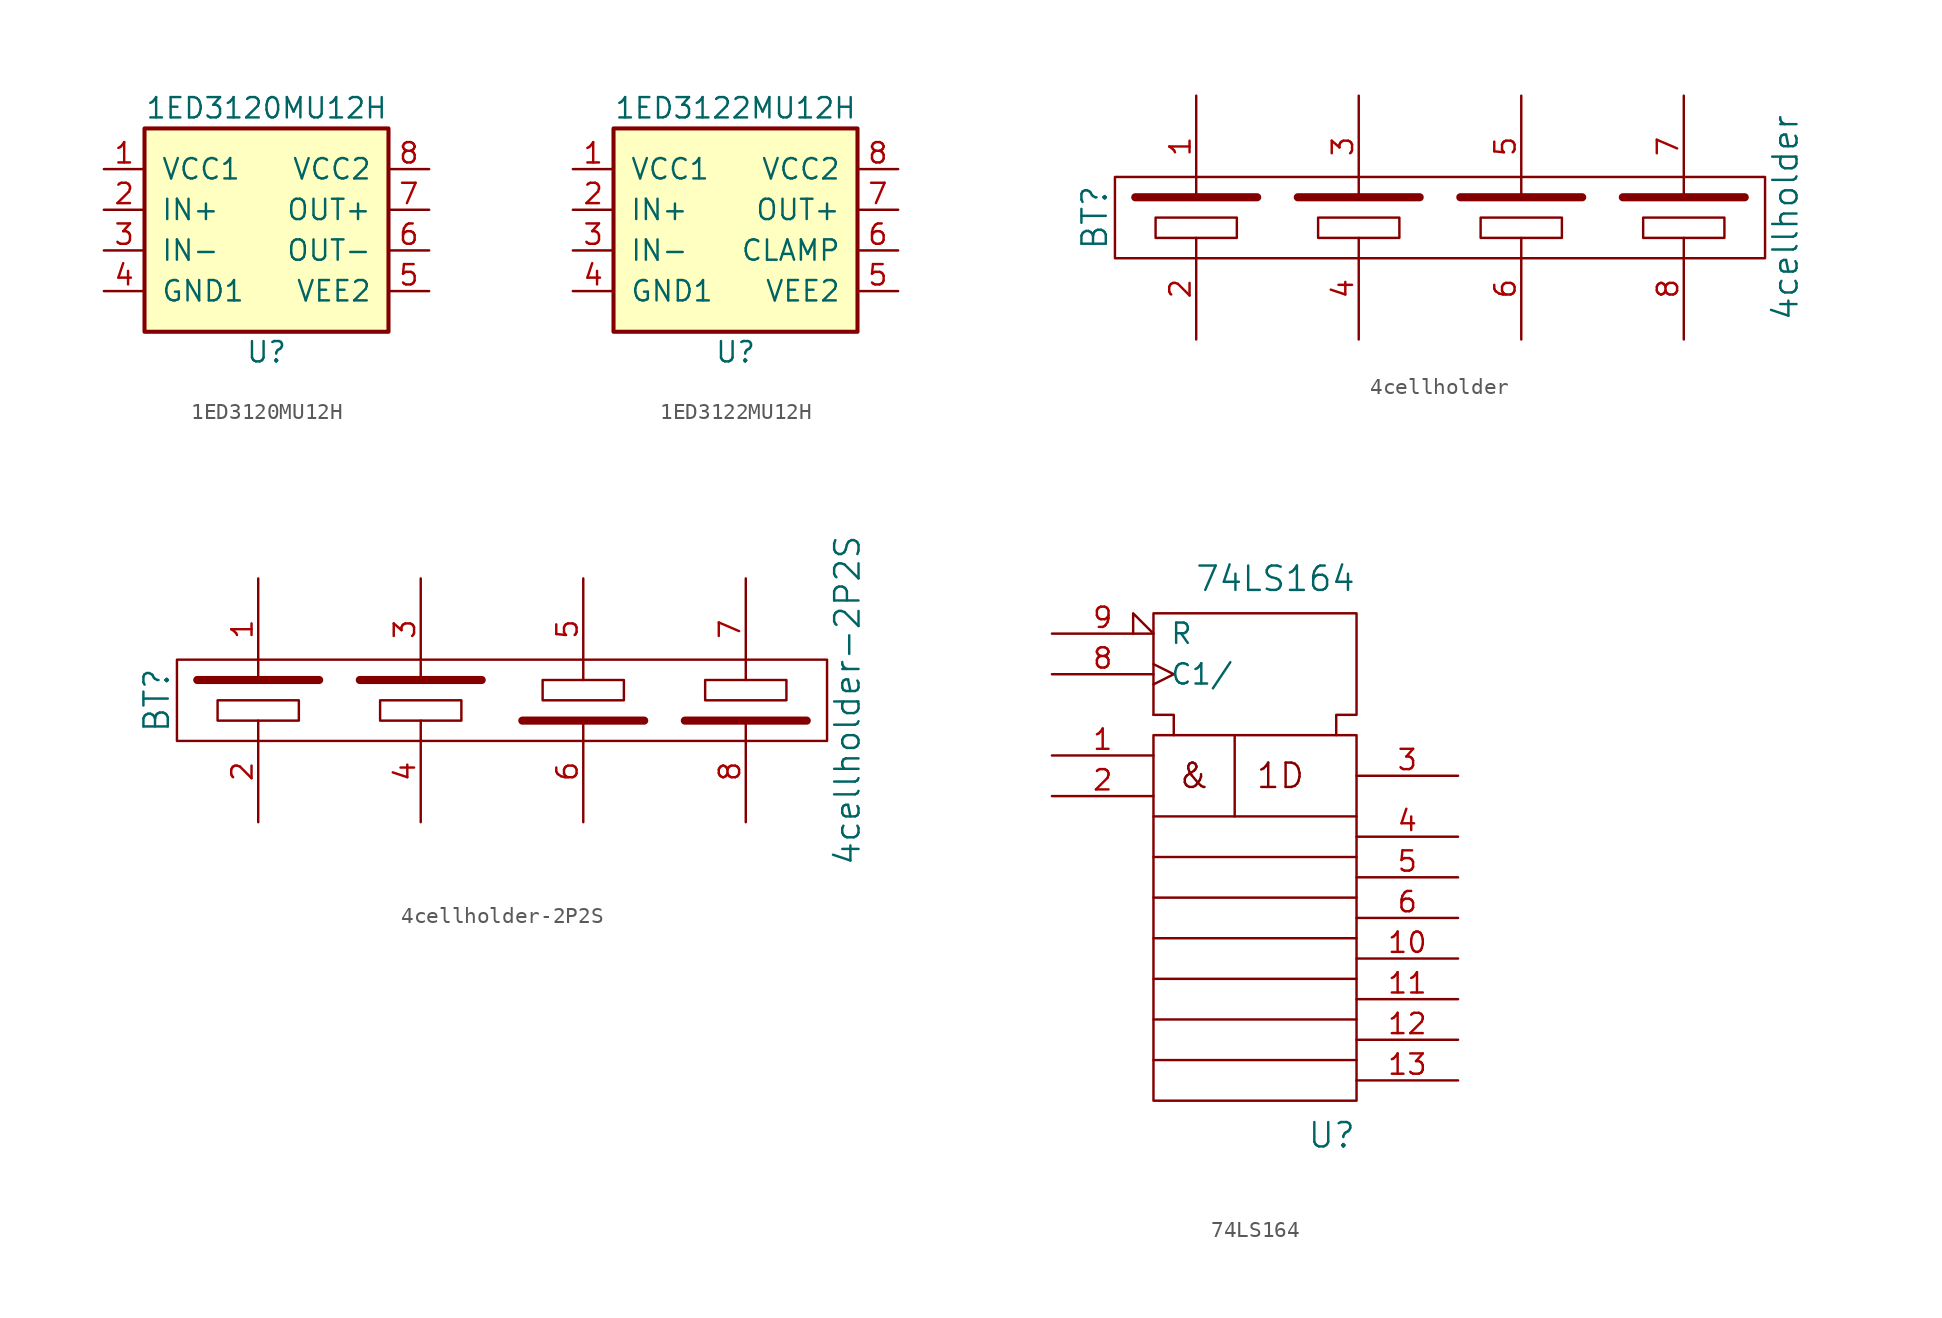
<source format=kicad_sym>
(kicad_symbol_lib
  (version 20211014)
  (generator kicad_symbol_editor)
  (symbol "1ED3120MU12H"
    (pin_names
      (offset 1.016))
    (property "Reference" "U"
      (at 0 -7.62 0)
      (effects (font (size 1.27 1.27))))
    (property "Value" "1ED3120MU12H"
      (at 0 7.62 0)
      (effects (font (size 1.27 1.27))))
    (symbol "1ED3120MU12H_0_1"
      (rectangle (start -7.62 6.35) (end 7.62 -6.35) (stroke (width 0.254) (type default) (color 0 0 0 0)) (fill (type background))))
    (symbol "1ED3120MU12H_1_1"
      (pin power_in line (at -10.16 3.81 0) (length 2.54) (name "VCC1" (effects (font (size 1.27 1.27)))) (number "1" (effects (font (size 1.27 1.27)))))
      (pin input line (at -10.16 1.27 0) (length 2.54) (name "IN+" (effects (font (size 1.27 1.27)))) (number "2" (effects (font (size 1.27 1.27)))))
      (pin input line (at -10.16 -1.27 0) (length 2.54) (name "IN-" (effects (font (size 1.27 1.27)))) (number "3" (effects (font (size 1.27 1.27)))))
      (pin input line (at -10.16 -3.81 0) (length 2.54) (name "GND1" (effects (font (size 1.27 1.27)))) (number "4" (effects (font (size 1.27 1.27)))))
      (pin power_in line (at 10.16 -3.81 180) (length 2.54) (name "VEE2" (effects (font (size 1.27 1.27)))) (number "5" (effects (font (size 1.27 1.27)))))
      (pin output line (at 10.16 -1.27 180) (length 2.54) (name "OUT-" (effects (font (size 1.27 1.27)))) (number "6" (effects (font (size 1.27 1.27)))))
      (pin output line (at 10.16 1.27 180) (length 2.54) (name "OUT+" (effects (font (size 1.27 1.27)))) (number "7" (effects (font (size 1.27 1.27)))))
      (pin power_in line (at 10.16 3.81 180) (length 2.54) (name "VCC2" (effects (font (size 1.27 1.27)))) (number "8" (effects (font (size 1.27 1.27)))))))
  (symbol "1ED3122MU12H"
    (pin_names
      (offset 1.016))
    (property "Reference" "U"
      (at 0 -7.62 0)
      (effects (font (size 1.27 1.27))))
    (property "Value" "1ED3122MU12H"
      (at 0 7.62 0)
      (effects (font (size 1.27 1.27))))
    (symbol "1ED3122MU12H_0_1"
      (rectangle (start -7.62 6.35) (end 7.62 -6.35) (stroke (width 0.254) (type default) (color 0 0 0 0)) (fill (type background))))
    (symbol "1ED3122MU12H_1_1"
      (pin power_in line (at -10.16 3.81 0) (length 2.54) (name "VCC1" (effects (font (size 1.27 1.27)))) (number "1" (effects (font (size 1.27 1.27)))))
      (pin input line (at -10.16 1.27 0) (length 2.54) (name "IN+" (effects (font (size 1.27 1.27)))) (number "2" (effects (font (size 1.27 1.27)))))
      (pin input line (at -10.16 -1.27 0) (length 2.54) (name "IN-" (effects (font (size 1.27 1.27)))) (number "3" (effects (font (size 1.27 1.27)))))
      (pin input line (at -10.16 -3.81 0) (length 2.54) (name "GND1" (effects (font (size 1.27 1.27)))) (number "4" (effects (font (size 1.27 1.27)))))
      (pin power_in line (at 10.16 -3.81 180) (length 2.54) (name "VEE2" (effects (font (size 1.27 1.27)))) (number "5" (effects (font (size 1.27 1.27)))))
      (pin input line (at 10.16 -1.27 180) (length 2.54) (name "CLAMP" (effects (font (size 1.27 1.27)))) (number "6" (effects (font (size 1.27 1.27)))))
      (pin output line (at 10.16 1.27 180) (length 2.54) (name "OUT+" (effects (font (size 1.27 1.27)))) (number "7" (effects (font (size 1.27 1.27)))))
      (pin power_in line (at 10.16 3.81 180) (length 2.54) (name "VCC2" (effects (font (size 1.27 1.27)))) (number "8" (effects (font (size 1.27 1.27)))))))
  (symbol "4cellholder"
    (pin_names
      (offset 1.016))
    (property "Reference" "BT"
      (at -21.59 0 90)
      (effects (font (size 1.524 1.524))))
    (property "Value" "4cellholder"
      (at 21.59 0 90)
      (effects (font (size 1.524 1.524))))
    (property "Footprint" ""
      (at 5.08 0 0)
      (effects (font (size 1.524 1.524))))
    (property "Datasheet" ""
      (at 5.08 0 0)
      (effects (font (size 1.524 1.524))))
    (symbol "4cellholder_0_1"
      (rectangle (start -20.32 2.54) (end 20.32 -2.54) (stroke (width 0) (type default) (color 0 0 0 0)) (fill (type none)))
      (rectangle (start -17.78 0) (end -12.7 -1.27) (stroke (width 0) (type default) (color 0 0 0 0)) (fill (type none)))
      (rectangle (start -7.62 0) (end -2.54 -1.27) (stroke (width 0) (type default) (color 0 0 0 0)) (fill (type none)))
      (polyline (pts (xy -19.05 1.27) (xy -11.43 1.27)) (stroke (width 0.508) (type default) (color 0 0 0 0)) (fill (type none)))
      (polyline (pts (xy -8.89 1.27) (xy -1.27 1.27)) (stroke (width 0.508) (type default) (color 0 0 0 0)) (fill (type none)))
      (polyline (pts (xy 1.27 1.27) (xy 8.89 1.27)) (stroke (width 0.508) (type default) (color 0 0 0 0)) (fill (type none)))
      (polyline (pts (xy 11.43 1.27) (xy 19.05 1.27)) (stroke (width 0.508) (type default) (color 0 0 0 0)) (fill (type none)))
      (rectangle (start 2.54 0) (end 7.62 -1.27) (stroke (width 0) (type default) (color 0 0 0 0)) (fill (type none)))
      (rectangle (start 12.7 0) (end 17.78 -1.27) (stroke (width 0) (type default) (color 0 0 0 0)) (fill (type none))))
    (symbol "4cellholder_1_1"
      (pin power_out line (at -15.24 7.62 270) (length 6.35) (name "~" (effects (font (size 1.27 1.27)))) (number "1" (effects (font (size 1.27 1.27)))))
      (pin power_out line (at -15.24 -7.62 90) (length 6.35) (name "~" (effects (font (size 1.27 1.27)))) (number "2" (effects (font (size 1.27 1.27)))))
      (pin power_out line (at -5.08 7.62 270) (length 6.35) (name "~" (effects (font (size 1.27 1.27)))) (number "3" (effects (font (size 1.27 1.27)))))
      (pin power_out line (at -5.08 -7.62 90) (length 6.35) (name "~" (effects (font (size 1.27 1.27)))) (number "4" (effects (font (size 1.27 1.27)))))
      (pin power_out line (at 5.08 7.62 270) (length 6.35) (name "~" (effects (font (size 1.27 1.27)))) (number "5" (effects (font (size 1.27 1.27)))))
      (pin power_out line (at 5.08 -7.62 90) (length 6.35) (name "~" (effects (font (size 1.27 1.27)))) (number "6" (effects (font (size 1.27 1.27)))))
      (pin power_out line (at 15.24 7.62 270) (length 6.35) (name "~" (effects (font (size 1.27 1.27)))) (number "7" (effects (font (size 1.27 1.27)))))
      (pin power_out line (at 15.24 -7.62 90) (length 6.35) (name "~" (effects (font (size 1.27 1.27)))) (number "8" (effects (font (size 1.27 1.27)))))))
  (symbol "4cellholder-2P2S"
    (pin_names
      (offset 1.016))
    (property "Reference" "BT"
      (at -21.59 0 90)
      (effects (font (size 1.524 1.524))))
    (property "Value" "4cellholder-2P2S"
      (at 21.59 0 90)
      (effects (font (size 1.524 1.524))))
    (property "Footprint" ""
      (at 5.08 0 0)
      (effects (font (size 1.524 1.524))))
    (property "Datasheet" ""
      (at 5.08 0 0)
      (effects (font (size 1.524 1.524))))
    (symbol "4cellholder-2P2S_0_1"
      (rectangle (start -20.32 2.54) (end 20.32 -2.54) (stroke (width 0) (type default) (color 0 0 0 0)) (fill (type none)))
      (rectangle (start -17.78 0) (end -12.7 -1.27) (stroke (width 0) (type default) (color 0 0 0 0)) (fill (type none)))
      (rectangle (start -7.62 0) (end -2.54 -1.27) (stroke (width 0) (type default) (color 0 0 0 0)) (fill (type none)))
      (polyline (pts (xy -19.05 1.27) (xy -11.43 1.27)) (stroke (width 0.508) (type default) (color 0 0 0 0)) (fill (type none)))
      (polyline (pts (xy -8.89 1.27) (xy -1.27 1.27)) (stroke (width 0.508) (type default) (color 0 0 0 0)) (fill (type none)))
      (polyline (pts (xy 1.27 -1.27) (xy 8.89 -1.27)) (stroke (width 0.508) (type default) (color 0 0 0 0)) (fill (type none)))
      (polyline (pts (xy 11.43 -1.27) (xy 19.05 -1.27)) (stroke (width 0.508) (type default) (color 0 0 0 0)) (fill (type none)))
      (rectangle (start 2.54 1.27) (end 7.62 0) (stroke (width 0) (type default) (color 0 0 0 0)) (fill (type none)))
      (rectangle (start 12.7 1.27) (end 17.78 0) (stroke (width 0) (type default) (color 0 0 0 0)) (fill (type none))))
    (symbol "4cellholder-2P2S_1_1"
      (pin power_out line (at -15.24 7.62 270) (length 6.35) (name "~" (effects (font (size 1.27 1.27)))) (number "1" (effects (font (size 1.27 1.27)))))
      (pin power_out line (at -15.24 -7.62 90) (length 6.35) (name "~" (effects (font (size 1.27 1.27)))) (number "2" (effects (font (size 1.27 1.27)))))
      (pin power_out line (at -5.08 7.62 270) (length 6.35) (name "~" (effects (font (size 1.27 1.27)))) (number "3" (effects (font (size 1.27 1.27)))))
      (pin power_out line (at -5.08 -7.62 90) (length 6.35) (name "~" (effects (font (size 1.27 1.27)))) (number "4" (effects (font (size 1.27 1.27)))))
      (pin power_out line (at 5.08 7.62 270) (length 6.35) (name "~" (effects (font (size 1.27 1.27)))) (number "5" (effects (font (size 1.27 1.27)))))
      (pin power_out line (at 5.08 -7.62 90) (length 6.35) (name "~" (effects (font (size 1.27 1.27)))) (number "6" (effects (font (size 1.27 1.27)))))
      (pin power_out line (at 15.24 7.62 270) (length 6.35) (name "~" (effects (font (size 1.27 1.27)))) (number "7" (effects (font (size 1.27 1.27)))))
      (pin power_out line (at 15.24 -7.62 90) (length 6.35) (name "~" (effects (font (size 1.27 1.27)))) (number "8" (effects (font (size 1.27 1.27)))))))
  (symbol "74LS164"
    (pin_names
      (offset 1.016))
    (property "Reference" "U"
      (at 6.35 -22.86 0)
      (effects (font (size 1.524 1.524)) (justify right top)))
    (property "Value" "74LS164"
      (at 6.35 10.16 0)
      (effects (font (size 1.524 1.524)) (justify right bottom)))
    (property "Footprint" ""
      (at 0 0 0)
      (effects (font (size 1.524 1.524))))
    (property "Datasheet" ""
      (at 0 0 0)
      (effects (font (size 1.524 1.524))))
    (symbol "74LS164_0_0"
      (polyline (pts (xy -6.35 -19.05) (xy 6.35 -19.05)) (stroke (width 0) (type default) (color 0 0 0 0)) (fill (type none)))
      (text "&" (at -3.81 -1.27 0) (effects (font (size 1.524 1.524))))
      (text "1D" (at 0 -1.27 0) (effects (font (size 1.524 1.524)) (justify left))))
    (symbol "74LS164_0_1"
      (rectangle (start -6.35 1.27) (end 6.35 -21.59) (stroke (width 0) (type default) (color 0 0 0 0)) (fill (type none)))
      (polyline (pts (xy -6.35 -16.51) (xy 6.35 -16.51)) (stroke (width 0) (type default) (color 0 0 0 0)) (fill (type none)))
      (polyline (pts (xy -6.35 -13.97) (xy 6.35 -13.97)) (stroke (width 0) (type default) (color 0 0 0 0)) (fill (type none)))
      (polyline (pts (xy -6.35 -11.43) (xy 6.35 -11.43)) (stroke (width 0) (type default) (color 0 0 0 0)) (fill (type none)))
      (polyline (pts (xy -6.35 -8.89) (xy 6.35 -8.89)) (stroke (width 0) (type default) (color 0 0 0 0)) (fill (type none)))
      (polyline (pts (xy -6.35 -6.35) (xy 6.35 -6.35)) (stroke (width 0) (type default) (color 0 0 0 0)) (fill (type none)))
      (polyline (pts (xy -6.35 -3.81) (xy 6.35 -3.81)) (stroke (width 0) (type default) (color 0 0 0 0)) (fill (type none)))
      (polyline (pts (xy -1.27 1.27) (xy -1.27 -3.81)) (stroke (width 0) (type default) (color 0 0 0 0)) (fill (type none)))
      (polyline (pts (xy -6.35 2.54) (xy -5.08 2.54) (xy -5.08 1.27)) (stroke (width 0) (type default) (color 0 0 0 0)) (fill (type none)))
      (polyline (pts (xy -6.35 2.54) (xy -6.35 8.89) (xy 6.35 8.89) (xy 6.35 2.54) (xy 5.08 2.54) (xy 5.08 1.27)) (stroke (width 0) (type default) (color 0 0 0 0)) (fill (type none))))
    (symbol "74LS164_1_1"
      (pin input line (at -12.7 0 0) (length 6.35) (name "~" (effects (font (size 1.27 1.27)))) (number "1" (effects (font (size 1.27 1.27)))))
      (pin output line (at 12.7 -12.7 180) (length 6.35) (name "~" (effects (font (size 1.27 1.27)))) (number "10" (effects (font (size 1.27 1.27)))))
      (pin output line (at 12.7 -15.24 180) (length 6.35) (name "~" (effects (font (size 1.27 1.27)))) (number "11" (effects (font (size 1.27 1.27)))))
      (pin output line (at 12.7 -17.78 180) (length 6.35) (name "~" (effects (font (size 1.27 1.27)))) (number "12" (effects (font (size 1.27 1.27)))))
      (pin output line (at 12.7 -20.32 180) (length 6.35) (name "~" (effects (font (size 1.27 1.27)))) (number "13" (effects (font (size 1.27 1.27)))))
      (pin power_in line (at -11.43 -6.35 0) (length 0) hide (name "VCC" (effects (font (size 1.27 1.27)))) (number "14" (effects (font (size 1.27 1.27)))))
      (pin input line (at -12.7 -2.54 0) (length 6.35) (name "~" (effects (font (size 1.27 1.27)))) (number "2" (effects (font (size 1.27 1.27)))))
      (pin output line (at 12.7 -1.27 180) (length 6.35) (name "~" (effects (font (size 1.27 1.27)))) (number "3" (effects (font (size 1.27 1.27)))))
      (pin output line (at 12.7 -5.08 180) (length 6.35) (name "~" (effects (font (size 1.27 1.27)))) (number "4" (effects (font (size 1.27 1.27)))))
      (pin output line (at 12.7 -7.62 180) (length 6.35) (name "~" (effects (font (size 1.27 1.27)))) (number "5" (effects (font (size 1.27 1.27)))))
      (pin output line (at 12.7 -10.16 180) (length 6.35) (name "~" (effects (font (size 1.27 1.27)))) (number "6" (effects (font (size 1.27 1.27)))))
      (pin power_in line (at -11.43 -8.89 0) (length 0) hide (name "GND" (effects (font (size 1.27 1.27)))) (number "7" (effects (font (size 1.27 1.27)))))
      (pin input clock (at -12.7 5.08 0) (length 6.35) (name "C1/" (effects (font (size 1.27 1.27)))) (number "8" (effects (font (size 1.27 1.27)))))
      (pin input input_low (at -12.7 7.62 0) (length 6.35) (name "R" (effects (font (size 1.27 1.27)))) (number "9" (effects (font (size 1.27 1.27))))))))
</source>
